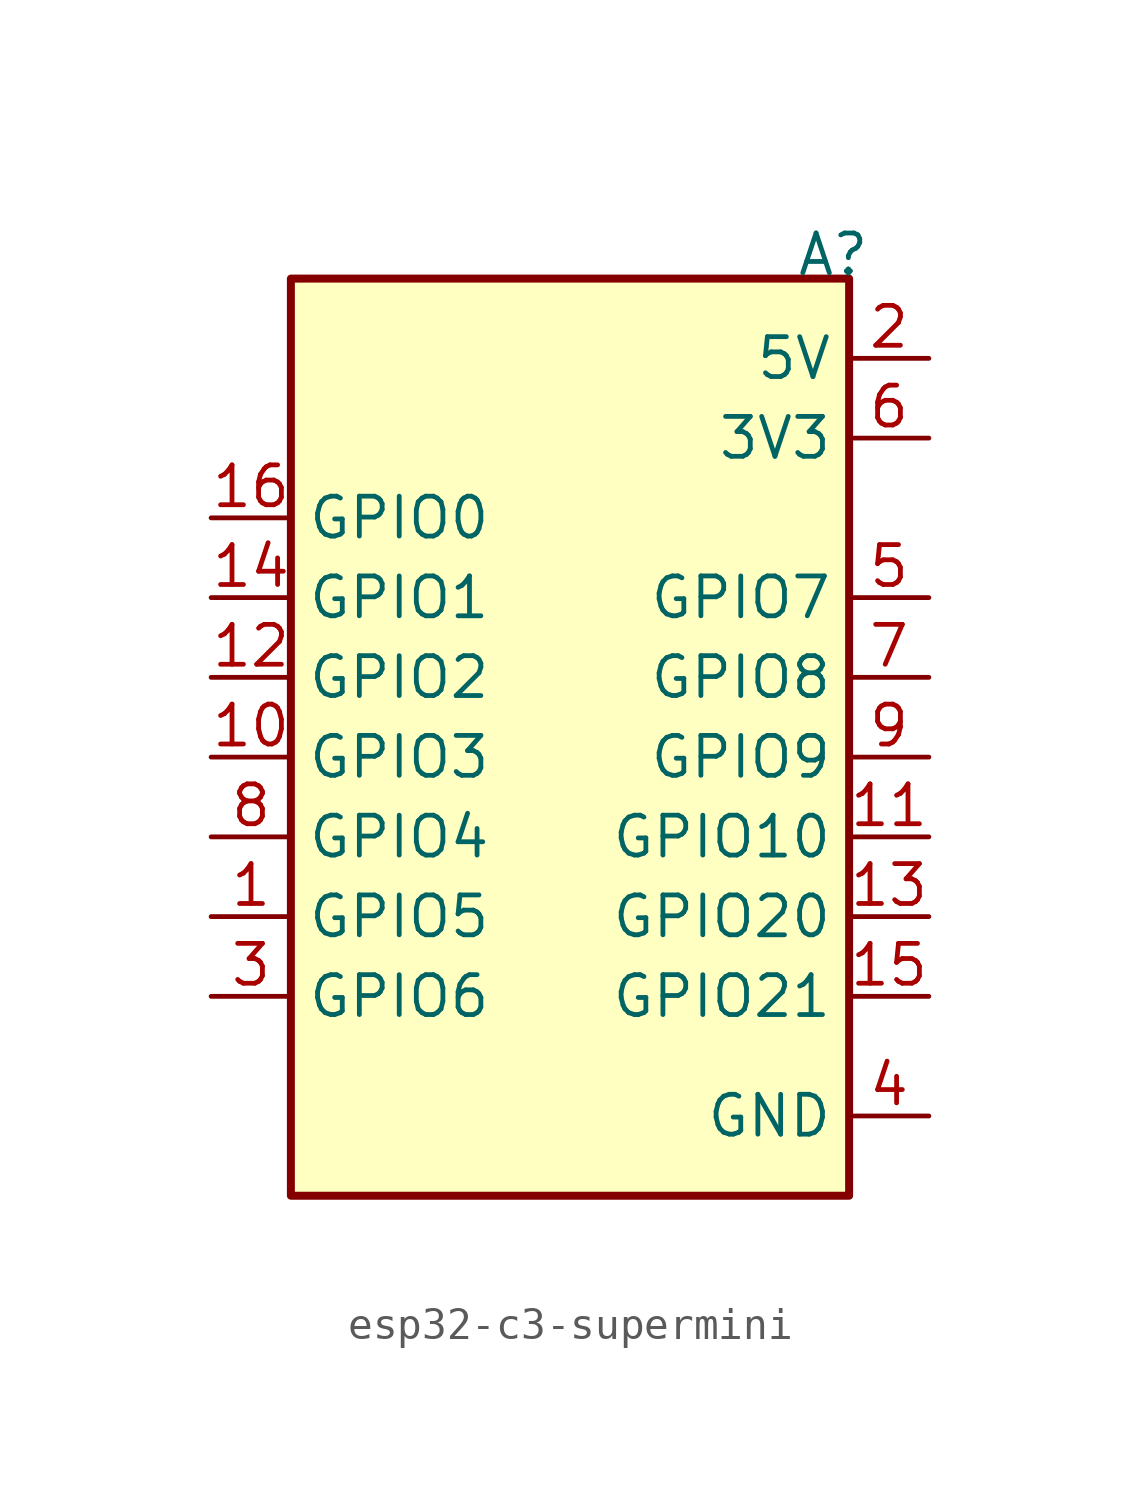
<source format=kicad_sym>
(kicad_symbol_lib
  (version 20231120)
  (generator "kicad_symbol_editor")
  (generator_version "8.0")
  (symbol "esp32-c3-supermini"
    (property "Reference" "A"
      (at 8.382 10.922 0)
      (effects (font (size 1.27 1.27))))
    (property "Value" ""
      (at 0 0 0)
      (effects (font (size 1.27 1.27))))
    (symbol "esp32-c3-supermini_1_1"
      (rectangle (start -8.89 10.16) (end 8.89 -19.05) (stroke (width 0.254) (type solid)) (fill (type background)))
      (pin bidirectional line (at -11.43 -10.16 0) (length 2.54) (name "GPIO5" (effects (font (size 1.27 1.27)))) (number "1" (effects (font (size 1.27 1.27)))))
      (pin bidirectional line (at -11.43 -5.08 0) (length 2.54) (name "GPIO3" (effects (font (size 1.27 1.27)))) (number "10" (effects (font (size 1.27 1.27)))))
      (pin bidirectional line (at 11.43 -7.62 180) (length 2.54) (name "GPIO10" (effects (font (size 1.27 1.27)))) (number "11" (effects (font (size 1.27 1.27)))))
      (pin bidirectional line (at -11.43 -2.54 0) (length 2.54) (name "GPIO2" (effects (font (size 1.27 1.27)))) (number "12" (effects (font (size 1.27 1.27)))))
      (pin bidirectional line (at 11.43 -10.16 180) (length 2.54) (name "GPIO20" (effects (font (size 1.27 1.27)))) (number "13" (effects (font (size 1.27 1.27)))))
      (pin bidirectional line (at -11.43 0 0) (length 2.54) (name "GPIO1" (effects (font (size 1.27 1.27)))) (number "14" (effects (font (size 1.27 1.27)))))
      (pin bidirectional line (at 11.43 -12.7 180) (length 2.54) (name "GPIO21" (effects (font (size 1.27 1.27)))) (number "15" (effects (font (size 1.27 1.27)))))
      (pin bidirectional line (at -11.43 2.54 0) (length 2.54) (name "GPIO0" (effects (font (size 1.27 1.27)))) (number "16" (effects (font (size 1.27 1.27)))))
      (pin input line (at 11.43 7.62 180) (length 2.54) (name "5V" (effects (font (size 1.27 1.27)))) (number "2" (effects (font (size 1.27 1.27)))))
      (pin bidirectional line (at -11.43 -12.7 0) (length 2.54) (name "GPIO6" (effects (font (size 1.27 1.27)))) (number "3" (effects (font (size 1.27 1.27)))))
      (pin power_in line (at 11.43 -16.51 180) (length 2.54) (name "GND" (effects (font (size 1.27 1.27)))) (number "4" (effects (font (size 1.27 1.27)))))
      (pin bidirectional line (at 11.43 0 180) (length 2.54) (name "GPIO7" (effects (font (size 1.27 1.27)))) (number "5" (effects (font (size 1.27 1.27)))))
      (pin input line (at 11.43 5.08 180) (length 2.54) (name "3V3" (effects (font (size 1.27 1.27)))) (number "6" (effects (font (size 1.27 1.27)))))
      (pin bidirectional line (at 11.43 -2.54 180) (length 2.54) (name "GPIO8" (effects (font (size 1.27 1.27)))) (number "7" (effects (font (size 1.27 1.27)))))
      (pin bidirectional line (at -11.43 -7.62 0) (length 2.54) (name "GPIO4" (effects (font (size 1.27 1.27)))) (number "8" (effects (font (size 1.27 1.27)))))
      (pin bidirectional line (at 11.43 -5.08 180) (length 2.54) (name "GPIO9" (effects (font (size 1.27 1.27)))) (number "9" (effects (font (size 1.27 1.27))))))))
</source>
